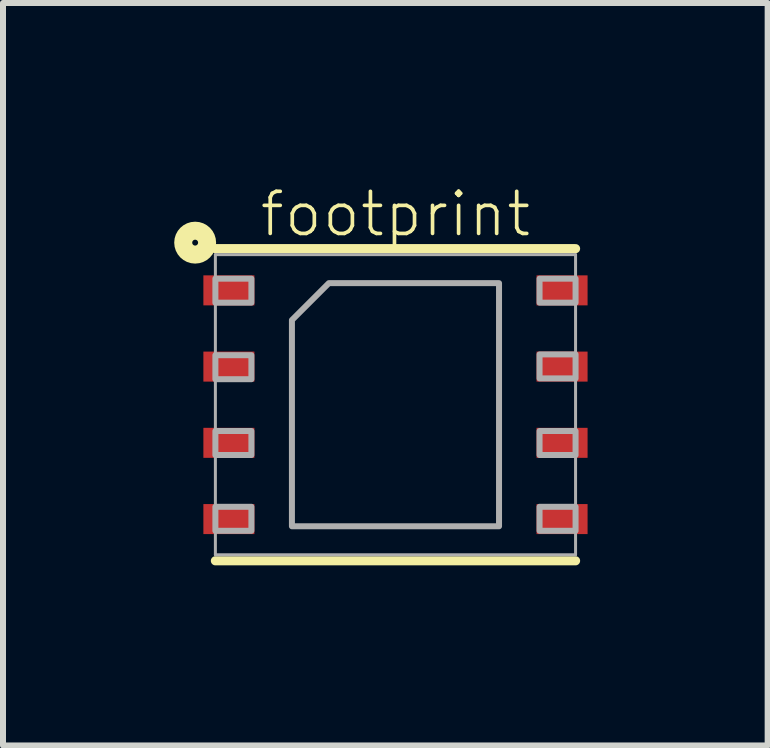
<source format=kicad_pcb>
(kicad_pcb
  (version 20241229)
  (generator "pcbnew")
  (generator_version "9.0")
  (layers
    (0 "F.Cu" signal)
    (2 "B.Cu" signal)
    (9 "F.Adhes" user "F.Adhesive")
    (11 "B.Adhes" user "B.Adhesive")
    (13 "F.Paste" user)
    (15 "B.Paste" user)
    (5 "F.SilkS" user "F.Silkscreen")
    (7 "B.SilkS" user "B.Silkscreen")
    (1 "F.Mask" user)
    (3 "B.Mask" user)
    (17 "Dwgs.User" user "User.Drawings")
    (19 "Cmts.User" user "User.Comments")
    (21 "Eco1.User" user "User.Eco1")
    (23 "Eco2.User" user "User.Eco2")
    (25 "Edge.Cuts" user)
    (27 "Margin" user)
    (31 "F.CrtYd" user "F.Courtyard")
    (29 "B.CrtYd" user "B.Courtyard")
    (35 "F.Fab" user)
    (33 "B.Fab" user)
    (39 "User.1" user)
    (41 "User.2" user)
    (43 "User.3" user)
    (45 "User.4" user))
  (footprint "footprint"
    (layer "F.Cu")
    (at 3.538 3.692)
    (property "Reference" "footprint" (at 0 -3.175 0) (layer "F.SilkS") (effects (font (size 0.701 0.701) (thickness 0.061))))
    (fp_line (start -3 -2.6) (end 3 -2.6) (stroke (width 0.152) (type solid)) (layer "F.SilkS"))
    (fp_line (start -3 2.6) (end 3 2.6) (stroke (width 0.152) (type solid)) (layer "F.SilkS"))
    (fp_circle (center -3.337 -2.7) (end -3.288 -2.7) (stroke (width 0.3) (type solid)) (fill no) (layer "F.SilkS"))
    (fp_line (start -3 -2.5) (end 3 -2.5) (stroke (width 0.05) (type solid)) (layer "F.Fab"))
    (fp_line (start -3 2.5) (end -3 -2.5) (stroke (width 0.05) (type solid)) (layer "F.Fab"))
    (fp_line (start 3 -2.5) (end 3 2.5) (stroke (width 0.05) (type solid)) (layer "F.Fab"))
    (fp_line (start 3 2.5) (end -3 2.5) (stroke (width 0.05) (type solid)) (layer "F.Fab"))
    (fp_poly (pts (xy -3 -1.7) (xy -2.4 -1.7) (xy -2.4 -2.1) (xy -3 -2.1)) (stroke (width 0.1) (type solid)) (fill no) (layer "F.Fab"))
    (fp_poly (pts (xy -3 -0.425) (xy -2.4 -0.425) (xy -2.4 -0.825) (xy -3 -0.825)) (stroke (width 0.1) (type solid)) (fill no) (layer "F.Fab"))
    (fp_poly (pts (xy -3 0.838) (xy -2.4 0.838) (xy -2.4 0.438) (xy -3 0.438)) (stroke (width 0.1) (type solid)) (fill no) (layer "F.Fab"))
    (fp_poly (pts (xy -3 2.1) (xy -2.4 2.1) (xy -2.4 1.7) (xy -3 1.7)) (stroke (width 0.1) (type solid)) (fill no) (layer "F.Fab"))
    (fp_poly (pts (xy 2.4 -1.7) (xy 3 -1.7) (xy 3 -2.1) (xy 2.4 -2.1)) (stroke (width 0.1) (type solid)) (fill no) (layer "F.Fab"))
    (fp_poly (pts (xy 2.4 -0.438) (xy 3 -0.438) (xy 3 -0.838) (xy 2.4 -0.838)) (stroke (width 0.1) (type solid)) (fill no) (layer "F.Fab"))
    (fp_poly (pts (xy 2.4 0.838) (xy 3 0.838) (xy 3 0.438) (xy 2.4 0.438)) (stroke (width 0.1) (type solid)) (fill no) (layer "F.Fab"))
    (fp_poly (pts (xy 2.4 2.1) (xy 3 2.1) (xy 3 1.7) (xy 2.4 1.7)) (stroke (width 0.1) (type solid)) (fill no) (layer "F.Fab"))
    (fp_poly (pts (xy 1.725 2.025) (xy -1.725 2.025) (xy -1.725 -1.41) (xy -1.11 -2.025) (xy 1.725 -2.025)) (stroke (width 0.1) (type solid)) (fill no) (layer "F.Fab"))
    (pad "1" smd rect (at -2.775 -1.905 90) (size 0.5 0.85) (layers "F.Cu" "F.Mask" "F.Paste"))
    (pad "2" smd rect (at -2.775 -0.635 90) (size 0.5 0.85) (layers "F.Cu" "F.Mask" "F.Paste"))
    (pad "3" smd rect (at -2.775 0.635 90) (size 0.5 0.85) (layers "F.Cu" "F.Mask" "F.Paste"))
    (pad "4" smd rect (at -2.775 1.905 90) (size 0.5 0.85) (layers "F.Cu" "F.Mask" "F.Paste"))
    (pad "5" smd rect (at 2.775 1.905 90) (size 0.5 0.85) (layers "F.Cu" "F.Mask" "F.Paste"))
    (pad "6" smd rect (at 2.775 0.635 90) (size 0.5 0.85) (layers "F.Cu" "F.Mask" "F.Paste"))
    (pad "7" smd rect (at 2.775 -0.635 90) (size 0.5 0.85) (layers "F.Cu" "F.Mask" "F.Paste"))
    (pad "8" smd rect (at 2.775 -1.905 90) (size 0.5 0.85) (layers "F.Cu" "F.Mask" "F.Paste")))
  (gr_rect
    (start -3 -3)
    (end 9.738 9.368)
    (stroke (width 0.1) (type default))
    (fill no)
    (layer "Edge.Cuts")))
</source>
